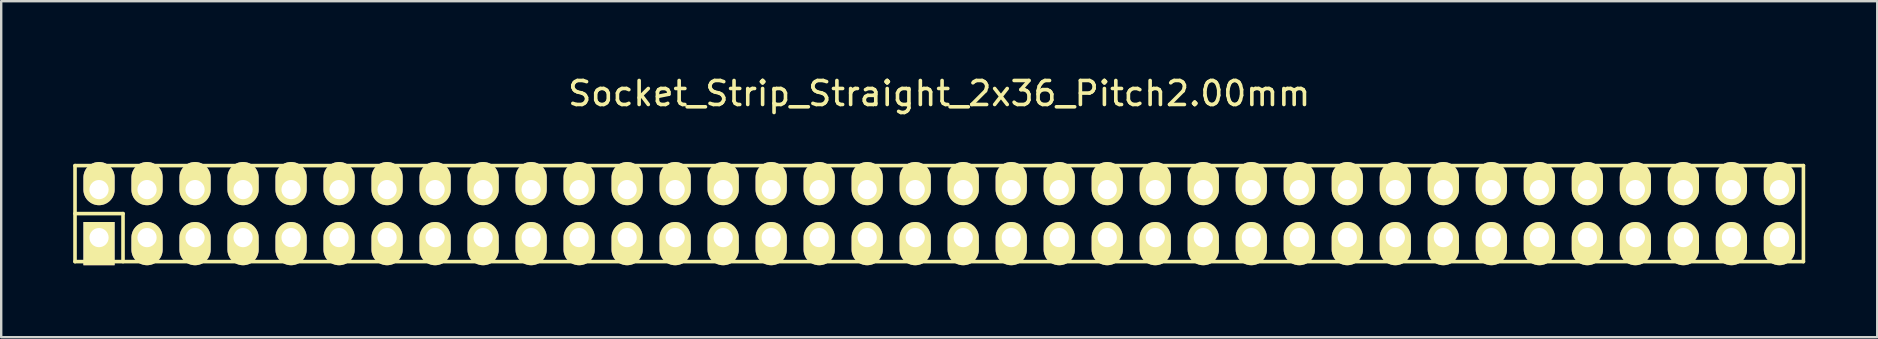
<source format=kicad_pcb>
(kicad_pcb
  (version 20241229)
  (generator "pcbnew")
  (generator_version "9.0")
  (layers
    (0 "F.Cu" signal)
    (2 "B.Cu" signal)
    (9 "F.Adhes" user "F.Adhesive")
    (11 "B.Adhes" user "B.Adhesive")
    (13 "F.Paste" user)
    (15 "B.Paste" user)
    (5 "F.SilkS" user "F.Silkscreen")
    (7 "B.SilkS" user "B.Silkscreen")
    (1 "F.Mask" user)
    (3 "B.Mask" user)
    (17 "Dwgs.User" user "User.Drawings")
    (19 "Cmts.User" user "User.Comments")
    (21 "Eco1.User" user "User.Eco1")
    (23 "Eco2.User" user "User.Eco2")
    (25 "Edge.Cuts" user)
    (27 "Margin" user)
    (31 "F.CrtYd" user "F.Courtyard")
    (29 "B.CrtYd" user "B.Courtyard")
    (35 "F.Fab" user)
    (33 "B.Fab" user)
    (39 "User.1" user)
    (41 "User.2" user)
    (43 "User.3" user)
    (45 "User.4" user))
  (footprint "Socket_Strip_Straight_2x36_Pitch2.00mm"
    (layer "F.Cu")
    (at 36.075 5.848)
    (property "Reference" "Socket_Strip_Straight_2x36_Pitch2.00mm" (at 0 -5 0) (layer "F.SilkS") (effects (font (size 1 1) (thickness 0.15))))
    (attr through_hole)
    (fp_line (start -36 -2) (end 36 -2) (stroke (width 0.15) (type solid)) (layer "F.SilkS"))
    (fp_line (start -36 0) (end -34 0) (stroke (width 0.15) (type solid)) (layer "F.SilkS"))
    (fp_line (start -36 2) (end -36 -2) (stroke (width 0.15) (type solid)) (layer "F.SilkS"))
    (fp_line (start -34 0) (end -34 2) (stroke (width 0.15) (type solid)) (layer "F.SilkS"))
    (fp_line (start 36 -2) (end 36 2) (stroke (width 0.15) (type solid)) (layer "F.SilkS"))
    (fp_line (start 36 2) (end -36 2) (stroke (width 0.15) (type solid)) (layer "F.SilkS"))
    (pad "1" thru_hole rect (at -35 1) (size 1.3 1.8) (drill 0.8 (offset 0 0.25)) (layers "*.Cu" "*.Mask" "F.SilkS"))
    (pad "2" thru_hole oval (at -35 -1) (size 1.3 1.8) (drill 0.8 (offset 0 -0.25)) (layers "*.Cu" "*.Mask" "F.SilkS"))
    (pad "3" thru_hole oval (at -33 1) (size 1.3 1.8) (drill 0.8 (offset 0 0.25)) (layers "*.Cu" "*.Mask" "F.SilkS"))
    (pad "4" thru_hole oval (at -33 -1) (size 1.3 1.8) (drill 0.8 (offset 0 -0.25)) (layers "*.Cu" "*.Mask" "F.SilkS"))
    (pad "5" thru_hole oval (at -31 1) (size 1.3 1.8) (drill 0.8 (offset 0 0.25)) (layers "*.Cu" "*.Mask" "F.SilkS"))
    (pad "6" thru_hole oval (at -31 -1) (size 1.3 1.8) (drill 0.8 (offset 0 -0.25)) (layers "*.Cu" "*.Mask" "F.SilkS"))
    (pad "7" thru_hole oval (at -29 1) (size 1.3 1.8) (drill 0.8 (offset 0 0.25)) (layers "*.Cu" "*.Mask" "F.SilkS"))
    (pad "8" thru_hole oval (at -29 -1) (size 1.3 1.8) (drill 0.8 (offset 0 -0.25)) (layers "*.Cu" "*.Mask" "F.SilkS"))
    (pad "9" thru_hole oval (at -27 1) (size 1.3 1.8) (drill 0.8 (offset 0 0.25)) (layers "*.Cu" "*.Mask" "F.SilkS"))
    (pad "10" thru_hole oval (at -27 -1) (size 1.3 1.8) (drill 0.8 (offset 0 -0.25)) (layers "*.Cu" "*.Mask" "F.SilkS"))
    (pad "11" thru_hole oval (at -25 1) (size 1.3 1.8) (drill 0.8 (offset 0 0.25)) (layers "*.Cu" "*.Mask" "F.SilkS"))
    (pad "12" thru_hole oval (at -25 -1) (size 1.3 1.8) (drill 0.8 (offset 0 -0.25)) (layers "*.Cu" "*.Mask" "F.SilkS"))
    (pad "13" thru_hole oval (at -23 1) (size 1.3 1.8) (drill 0.8 (offset 0 0.25)) (layers "*.Cu" "*.Mask" "F.SilkS"))
    (pad "14" thru_hole oval (at -23 -1) (size 1.3 1.8) (drill 0.8 (offset 0 -0.25)) (layers "*.Cu" "*.Mask" "F.SilkS"))
    (pad "15" thru_hole oval (at -21 1) (size 1.3 1.8) (drill 0.8 (offset 0 0.25)) (layers "*.Cu" "*.Mask" "F.SilkS"))
    (pad "16" thru_hole oval (at -21 -1) (size 1.3 1.8) (drill 0.8 (offset 0 -0.25)) (layers "*.Cu" "*.Mask" "F.SilkS"))
    (pad "17" thru_hole oval (at -19 1) (size 1.3 1.8) (drill 0.8 (offset 0 0.25)) (layers "*.Cu" "*.Mask" "F.SilkS"))
    (pad "18" thru_hole oval (at -19 -1) (size 1.3 1.8) (drill 0.8 (offset 0 -0.25)) (layers "*.Cu" "*.Mask" "F.SilkS"))
    (pad "19" thru_hole oval (at -17 1) (size 1.3 1.8) (drill 0.8 (offset 0 0.25)) (layers "*.Cu" "*.Mask" "F.SilkS"))
    (pad "20" thru_hole oval (at -17 -1) (size 1.3 1.8) (drill 0.8 (offset 0 -0.25)) (layers "*.Cu" "*.Mask" "F.SilkS"))
    (pad "21" thru_hole oval (at -15 1) (size 1.3 1.8) (drill 0.8 (offset 0 0.25)) (layers "*.Cu" "*.Mask" "F.SilkS"))
    (pad "22" thru_hole oval (at -15 -1) (size 1.3 1.8) (drill 0.8 (offset 0 -0.25)) (layers "*.Cu" "*.Mask" "F.SilkS"))
    (pad "23" thru_hole oval (at -13 1) (size 1.3 1.8) (drill 0.8 (offset 0 0.25)) (layers "*.Cu" "*.Mask" "F.SilkS"))
    (pad "24" thru_hole oval (at -13 -1) (size 1.3 1.8) (drill 0.8 (offset 0 -0.25)) (layers "*.Cu" "*.Mask" "F.SilkS"))
    (pad "25" thru_hole oval (at -11 1) (size 1.3 1.8) (drill 0.8 (offset 0 0.25)) (layers "*.Cu" "*.Mask" "F.SilkS"))
    (pad "26" thru_hole oval (at -11 -1) (size 1.3 1.8) (drill 0.8 (offset 0 -0.25)) (layers "*.Cu" "*.Mask" "F.SilkS"))
    (pad "27" thru_hole oval (at -9 1) (size 1.3 1.8) (drill 0.8 (offset 0 0.25)) (layers "*.Cu" "*.Mask" "F.SilkS"))
    (pad "28" thru_hole oval (at -9 -1) (size 1.3 1.8) (drill 0.8 (offset 0 -0.25)) (layers "*.Cu" "*.Mask" "F.SilkS"))
    (pad "29" thru_hole oval (at -7 1) (size 1.3 1.8) (drill 0.8 (offset 0 0.25)) (layers "*.Cu" "*.Mask" "F.SilkS"))
    (pad "30" thru_hole oval (at -7 -1) (size 1.3 1.8) (drill 0.8 (offset 0 -0.25)) (layers "*.Cu" "*.Mask" "F.SilkS"))
    (pad "31" thru_hole oval (at -5 1) (size 1.3 1.8) (drill 0.8 (offset 0 0.25)) (layers "*.Cu" "*.Mask" "F.SilkS"))
    (pad "32" thru_hole oval (at -5 -1) (size 1.3 1.8) (drill 0.8 (offset 0 -0.25)) (layers "*.Cu" "*.Mask" "F.SilkS"))
    (pad "33" thru_hole oval (at -3 1) (size 1.3 1.8) (drill 0.8 (offset 0 0.25)) (layers "*.Cu" "*.Mask" "F.SilkS"))
    (pad "34" thru_hole oval (at -3 -1) (size 1.3 1.8) (drill 0.8 (offset 0 -0.25)) (layers "*.Cu" "*.Mask" "F.SilkS"))
    (pad "35" thru_hole oval (at -1 1) (size 1.3 1.8) (drill 0.8 (offset 0 0.25)) (layers "*.Cu" "*.Mask" "F.SilkS"))
    (pad "36" thru_hole oval (at -1 -1) (size 1.3 1.8) (drill 0.8 (offset 0 -0.25)) (layers "*.Cu" "*.Mask" "F.SilkS"))
    (pad "37" thru_hole oval (at 1 1) (size 1.3 1.8) (drill 0.8 (offset 0 0.25)) (layers "*.Cu" "*.Mask" "F.SilkS"))
    (pad "38" thru_hole oval (at 1 -1) (size 1.3 1.8) (drill 0.8 (offset 0 -0.25)) (layers "*.Cu" "*.Mask" "F.SilkS"))
    (pad "39" thru_hole oval (at 3 1) (size 1.3 1.8) (drill 0.8 (offset 0 0.25)) (layers "*.Cu" "*.Mask" "F.SilkS"))
    (pad "40" thru_hole oval (at 3 -1) (size 1.3 1.8) (drill 0.8 (offset 0 -0.25)) (layers "*.Cu" "*.Mask" "F.SilkS"))
    (pad "41" thru_hole oval (at 5 1) (size 1.3 1.8) (drill 0.8 (offset 0 0.25)) (layers "*.Cu" "*.Mask" "F.SilkS"))
    (pad "42" thru_hole oval (at 5 -1) (size 1.3 1.8) (drill 0.8 (offset 0 -0.25)) (layers "*.Cu" "*.Mask" "F.SilkS"))
    (pad "43" thru_hole oval (at 7 1) (size 1.3 1.8) (drill 0.8 (offset 0 0.25)) (layers "*.Cu" "*.Mask" "F.SilkS"))
    (pad "44" thru_hole oval (at 7 -1) (size 1.3 1.8) (drill 0.8 (offset 0 -0.25)) (layers "*.Cu" "*.Mask" "F.SilkS"))
    (pad "45" thru_hole oval (at 9 1) (size 1.3 1.8) (drill 0.8 (offset 0 0.25)) (layers "*.Cu" "*.Mask" "F.SilkS"))
    (pad "46" thru_hole oval (at 9 -1) (size 1.3 1.8) (drill 0.8 (offset 0 -0.25)) (layers "*.Cu" "*.Mask" "F.SilkS"))
    (pad "47" thru_hole oval (at 11 1) (size 1.3 1.8) (drill 0.8 (offset 0 0.25)) (layers "*.Cu" "*.Mask" "F.SilkS"))
    (pad "48" thru_hole oval (at 11 -1) (size 1.3 1.8) (drill 0.8 (offset 0 -0.25)) (layers "*.Cu" "*.Mask" "F.SilkS"))
    (pad "49" thru_hole oval (at 13 1) (size 1.3 1.8) (drill 0.8 (offset 0 0.25)) (layers "*.Cu" "*.Mask" "F.SilkS"))
    (pad "50" thru_hole oval (at 13 -1) (size 1.3 1.8) (drill 0.8 (offset 0 -0.25)) (layers "*.Cu" "*.Mask" "F.SilkS"))
    (pad "51" thru_hole oval (at 15 1) (size 1.3 1.8) (drill 0.8 (offset 0 0.25)) (layers "*.Cu" "*.Mask" "F.SilkS"))
    (pad "52" thru_hole oval (at 15 -1) (size 1.3 1.8) (drill 0.8 (offset 0 -0.25)) (layers "*.Cu" "*.Mask" "F.SilkS"))
    (pad "53" thru_hole oval (at 17 1) (size 1.3 1.8) (drill 0.8 (offset 0 0.25)) (layers "*.Cu" "*.Mask" "F.SilkS"))
    (pad "54" thru_hole oval (at 17 -1) (size 1.3 1.8) (drill 0.8 (offset 0 -0.25)) (layers "*.Cu" "*.Mask" "F.SilkS"))
    (pad "55" thru_hole oval (at 19 1) (size 1.3 1.8) (drill 0.8 (offset 0 0.25)) (layers "*.Cu" "*.Mask" "F.SilkS"))
    (pad "56" thru_hole oval (at 19 -1) (size 1.3 1.8) (drill 0.8 (offset 0 -0.25)) (layers "*.Cu" "*.Mask" "F.SilkS"))
    (pad "57" thru_hole oval (at 21 1) (size 1.3 1.8) (drill 0.8 (offset 0 0.25)) (layers "*.Cu" "*.Mask" "F.SilkS"))
    (pad "58" thru_hole oval (at 21 -1) (size 1.3 1.8) (drill 0.8 (offset 0 -0.25)) (layers "*.Cu" "*.Mask" "F.SilkS"))
    (pad "59" thru_hole oval (at 23 1) (size 1.3 1.8) (drill 0.8 (offset 0 0.25)) (layers "*.Cu" "*.Mask" "F.SilkS"))
    (pad "60" thru_hole oval (at 23 -1) (size 1.3 1.8) (drill 0.8 (offset 0 -0.25)) (layers "*.Cu" "*.Mask" "F.SilkS"))
    (pad "61" thru_hole oval (at 25 1) (size 1.3 1.8) (drill 0.8 (offset 0 0.25)) (layers "*.Cu" "*.Mask" "F.SilkS"))
    (pad "62" thru_hole oval (at 25 -1) (size 1.3 1.8) (drill 0.8 (offset 0 -0.25)) (layers "*.Cu" "*.Mask" "F.SilkS"))
    (pad "63" thru_hole oval (at 27 1) (size 1.3 1.8) (drill 0.8 (offset 0 0.25)) (layers "*.Cu" "*.Mask" "F.SilkS"))
    (pad "64" thru_hole oval (at 27 -1) (size 1.3 1.8) (drill 0.8 (offset 0 -0.25)) (layers "*.Cu" "*.Mask" "F.SilkS"))
    (pad "65" thru_hole oval (at 29 1) (size 1.3 1.8) (drill 0.8 (offset 0 0.25)) (layers "*.Cu" "*.Mask" "F.SilkS"))
    (pad "66" thru_hole oval (at 29 -1) (size 1.3 1.8) (drill 0.8 (offset 0 -0.25)) (layers "*.Cu" "*.Mask" "F.SilkS"))
    (pad "67" thru_hole oval (at 31 1) (size 1.3 1.8) (drill 0.8 (offset 0 0.25)) (layers "*.Cu" "*.Mask" "F.SilkS"))
    (pad "68" thru_hole oval (at 31 -1) (size 1.3 1.8) (drill 0.8 (offset 0 -0.25)) (layers "*.Cu" "*.Mask" "F.SilkS"))
    (pad "69" thru_hole oval (at 33 1) (size 1.3 1.8) (drill 0.8 (offset 0 0.25)) (layers "*.Cu" "*.Mask" "F.SilkS"))
    (pad "70" thru_hole oval (at 33 -1) (size 1.3 1.8) (drill 0.8 (offset 0 -0.25)) (layers "*.Cu" "*.Mask" "F.SilkS"))
    (pad "71" thru_hole oval (at 35 1) (size 1.3 1.8) (drill 0.8 (offset 0 0.25)) (layers "*.Cu" "*.Mask" "F.SilkS"))
    (pad "72" thru_hole oval (at 35 -1) (size 1.3 1.8) (drill 0.8 (offset 0 -0.25)) (layers "*.Cu" "*.Mask" "F.SilkS")))
  (gr_rect
    (start -3 -3)
    (end 75.15 10.998)
    (stroke (width 0.1) (type default))
    (fill no)
    (layer "Edge.Cuts")))
</source>
